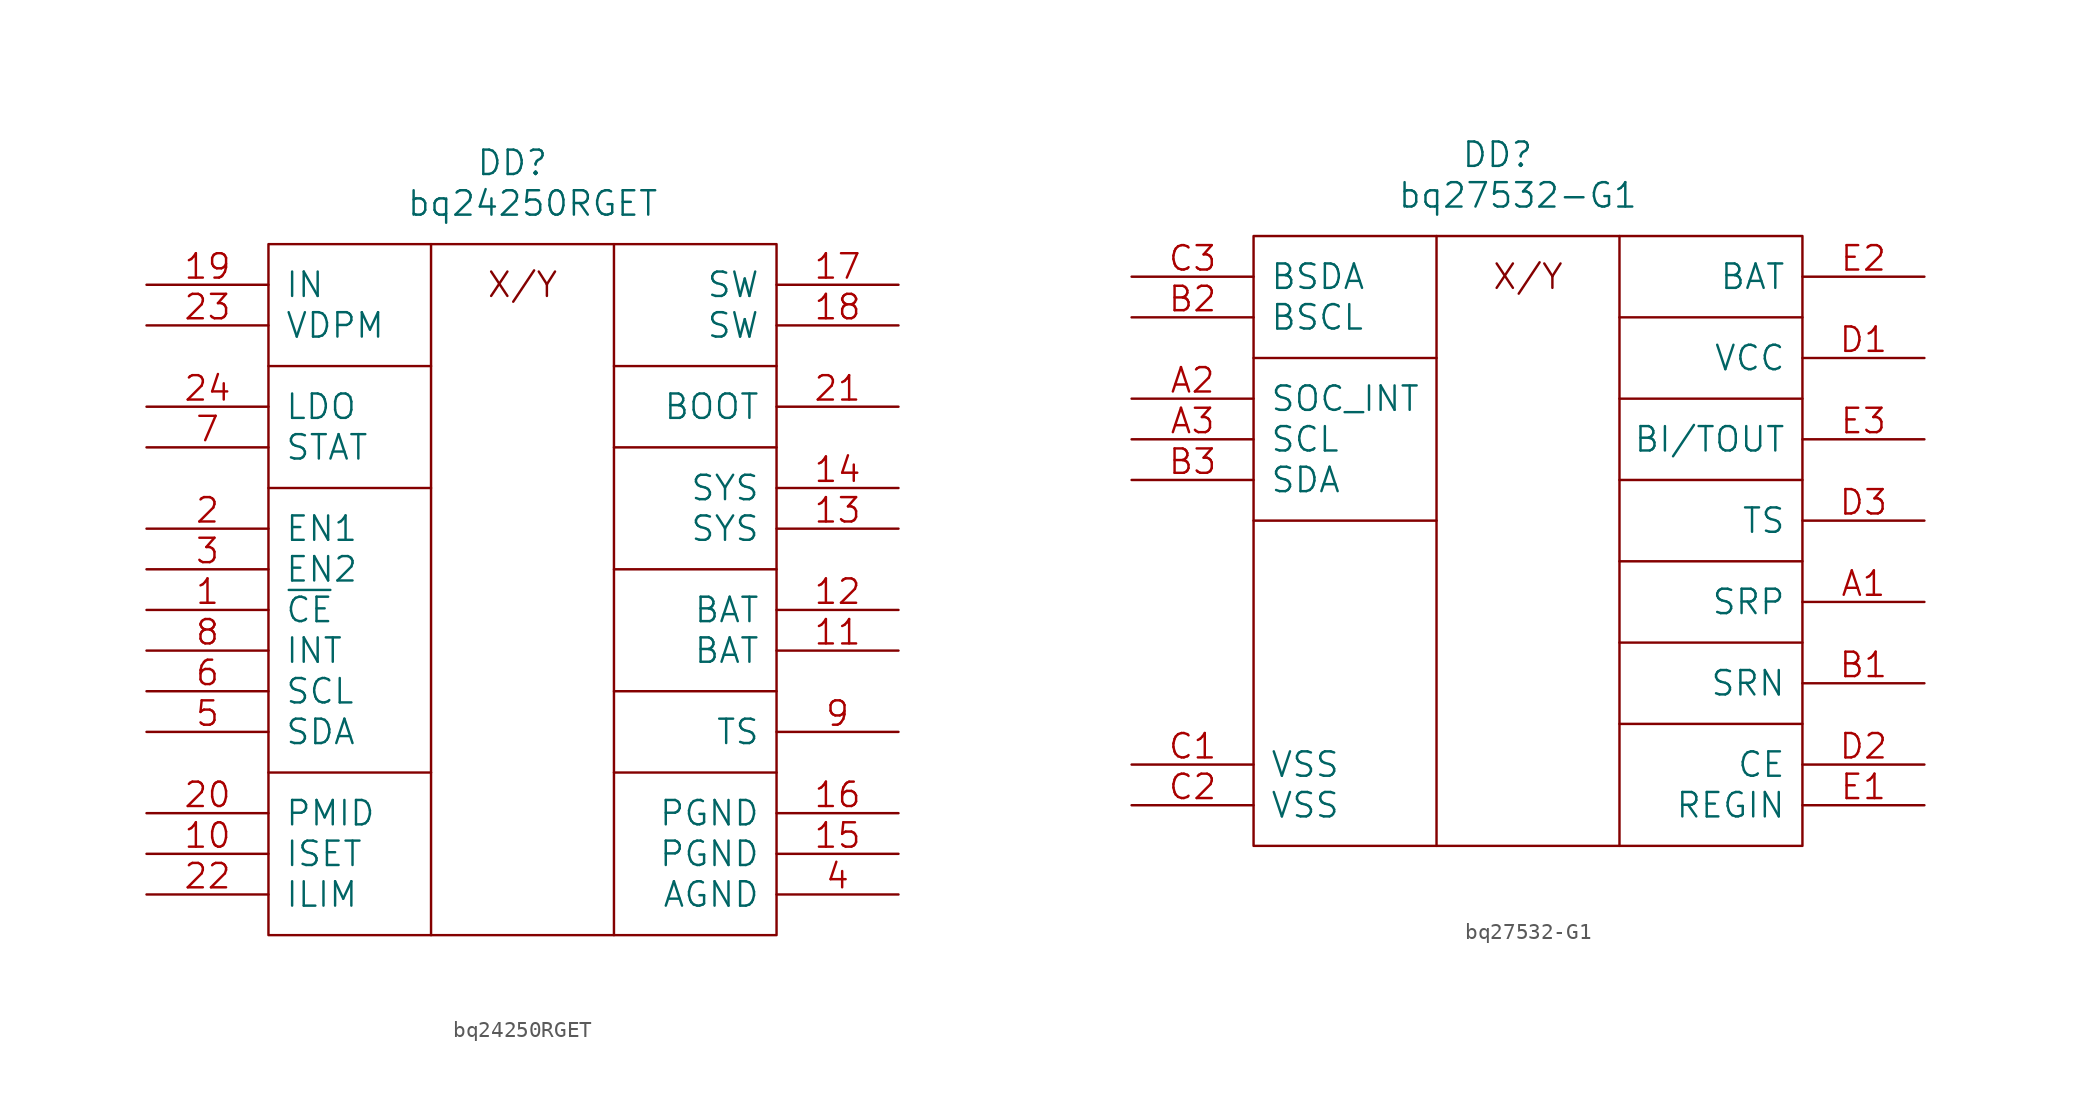
<source format=kicad_sym>
(kicad_symbol_lib
  (version 20211014)
  (generator kicad_symbol_editor)
  (symbol "bq24250RGET"
    (pin_names
      (offset 1.016))
    (property "Reference" "DD"
      (at 15.24 5.08 0)
      (effects (font (size 1.524 1.524))))
    (property "Value" "bq24250RGET"
      (at 16.51 2.54 0)
      (effects (font (size 1.524 1.524))))
    (property "Footprint" ""
      (at 0 0 0)
      (effects (font (size 1.524 1.524))))
    (property "Datasheet" ""
      (at 0 0 0)
      (effects (font (size 1.524 1.524))))
    (symbol "bq24250RGET_0_0"
      (polyline (pts (xy 10.16 0) (xy 10.16 -43.18)) (stroke (width 0) (type default) (color 0 0 0 0)) (fill (type none)))
      (polyline (pts (xy 21.59 0) (xy 21.59 -43.18)) (stroke (width 0) (type default) (color 0 0 0 0)) (fill (type none)))
      (rectangle (start 0 0) (end 31.75 -43.18) (stroke (width 0) (type default) (color 0 0 0 0)) (fill (type none)))
      (text "X/Y" (at 15.875 -2.54 0) (effects (font (size 1.524 1.524))))
      (pin input line (at -7.62 -22.86 0) (length 7.62) (name "~{CE}" (effects (font (size 1.524 1.524)))) (number "1" (effects (font (size 1.524 1.524)))))
      (pin input line (at -7.62 -38.1 0) (length 7.62) (name "ISET" (effects (font (size 1.524 1.524)))) (number "10" (effects (font (size 1.524 1.524)))))
      (pin bidirectional line (at 39.37 -25.4 180) (length 7.62) (name "BAT" (effects (font (size 1.524 1.524)))) (number "11" (effects (font (size 1.524 1.524)))))
      (pin bidirectional line (at 39.37 -22.86 180) (length 7.62) (name "BAT" (effects (font (size 1.524 1.524)))) (number "12" (effects (font (size 1.524 1.524)))))
      (pin input line (at 39.37 -17.78 180) (length 7.62) (name "SYS" (effects (font (size 1.524 1.524)))) (number "13" (effects (font (size 1.524 1.524)))))
      (pin input line (at 39.37 -15.24 180) (length 7.62) (name "SYS" (effects (font (size 1.524 1.524)))) (number "14" (effects (font (size 1.524 1.524)))))
      (pin passive line (at 39.37 -38.1 180) (length 7.62) (name "PGND" (effects (font (size 1.524 1.524)))) (number "15" (effects (font (size 1.524 1.524)))))
      (pin passive line (at 39.37 -35.56 180) (length 7.62) (name "PGND" (effects (font (size 1.524 1.524)))) (number "16" (effects (font (size 1.524 1.524)))))
      (pin output line (at 39.37 -2.54 180) (length 7.62) (name "SW" (effects (font (size 1.524 1.524)))) (number "17" (effects (font (size 1.524 1.524)))))
      (pin output line (at 39.37 -5.08 180) (length 7.62) (name "SW" (effects (font (size 1.524 1.524)))) (number "18" (effects (font (size 1.524 1.524)))))
      (pin input line (at -7.62 -2.54 0) (length 7.62) (name "IN" (effects (font (size 1.524 1.524)))) (number "19" (effects (font (size 1.524 1.524)))))
      (pin input line (at -7.62 -17.78 0) (length 7.62) (name "EN1" (effects (font (size 1.524 1.524)))) (number "2" (effects (font (size 1.524 1.524)))))
      (pin input line (at -7.62 -35.56 0) (length 7.62) (name "PMID" (effects (font (size 1.524 1.524)))) (number "20" (effects (font (size 1.524 1.524)))))
      (pin input line (at 39.37 -10.16 180) (length 7.62) (name "BOOT" (effects (font (size 1.524 1.524)))) (number "21" (effects (font (size 1.524 1.524)))))
      (pin input line (at -7.62 -40.64 0) (length 7.62) (name "ILIM" (effects (font (size 1.524 1.524)))) (number "22" (effects (font (size 1.524 1.524)))))
      (pin input line (at -7.62 -5.08 0) (length 7.62) (name "VDPM" (effects (font (size 1.524 1.524)))) (number "23" (effects (font (size 1.524 1.524)))))
      (pin output line (at -7.62 -10.16 0) (length 7.62) (name "LDO" (effects (font (size 1.524 1.524)))) (number "24" (effects (font (size 1.524 1.524)))))
      (pin input line (at -7.62 -20.32 0) (length 7.62) (name "EN2" (effects (font (size 1.524 1.524)))) (number "3" (effects (font (size 1.524 1.524)))))
      (pin passive line (at 39.37 -40.64 180) (length 7.62) (name "AGND" (effects (font (size 1.524 1.524)))) (number "4" (effects (font (size 1.524 1.524)))))
      (pin bidirectional line (at -7.62 -30.48 0) (length 7.62) (name "SDA" (effects (font (size 1.524 1.524)))) (number "5" (effects (font (size 1.524 1.524)))))
      (pin input line (at -7.62 -27.94 0) (length 7.62) (name "SCL" (effects (font (size 1.524 1.524)))) (number "6" (effects (font (size 1.524 1.524)))))
      (pin output line (at -7.62 -12.7 0) (length 7.62) (name "STAT" (effects (font (size 1.524 1.524)))) (number "7" (effects (font (size 1.524 1.524)))))
      (pin output line (at -7.62 -25.4 0) (length 7.62) (name "INT" (effects (font (size 1.524 1.524)))) (number "8" (effects (font (size 1.524 1.524)))))
      (pin input line (at 39.37 -30.48 180) (length 7.62) (name "TS" (effects (font (size 1.524 1.524)))) (number "9" (effects (font (size 1.524 1.524))))))
    (symbol "bq24250RGET_0_1"
      (polyline (pts (xy 0 -33.02) (xy 10.16 -33.02)) (stroke (width 0) (type default) (color 0 0 0 0)) (fill (type none)))
      (polyline (pts (xy 0 -15.24) (xy 10.16 -15.24)) (stroke (width 0) (type default) (color 0 0 0 0)) (fill (type none)))
      (polyline (pts (xy 0 -7.62) (xy 10.16 -7.62)) (stroke (width 0) (type default) (color 0 0 0 0)) (fill (type none)))
      (polyline (pts (xy 21.59 -33.02) (xy 31.75 -33.02)) (stroke (width 0) (type default) (color 0 0 0 0)) (fill (type none)))
      (polyline (pts (xy 21.59 -27.94) (xy 31.75 -27.94)) (stroke (width 0) (type default) (color 0 0 0 0)) (fill (type none)))
      (polyline (pts (xy 21.59 -20.32) (xy 31.75 -20.32)) (stroke (width 0) (type default) (color 0 0 0 0)) (fill (type none)))
      (polyline (pts (xy 21.59 -12.7) (xy 31.75 -12.7)) (stroke (width 0) (type default) (color 0 0 0 0)) (fill (type none)))
      (polyline (pts (xy 21.59 -7.62) (xy 31.75 -7.62)) (stroke (width 0) (type default) (color 0 0 0 0)) (fill (type none)))))
  (symbol "bq27532-G1"
    (pin_names
      (offset 1.016))
    (property "Reference" "DD"
      (at 15.24 5.08 0)
      (effects (font (size 1.524 1.524))))
    (property "Value" "bq27532-G1"
      (at 16.51 2.54 0)
      (effects (font (size 1.524 1.524))))
    (property "Footprint" ""
      (at 0 0 0)
      (effects (font (size 1.524 1.524))))
    (property "Datasheet" ""
      (at 0 0 0)
      (effects (font (size 1.524 1.524))))
    (symbol "bq27532-G1_0_0"
      (polyline (pts (xy 0 -17.78) (xy 11.43 -17.78)) (stroke (width 0) (type default) (color 0 0 0 0)) (fill (type none)))
      (polyline (pts (xy 0 -7.62) (xy 11.43 -7.62)) (stroke (width 0) (type default) (color 0 0 0 0)) (fill (type none)))
      (polyline (pts (xy 11.43 0) (xy 11.43 -38.1)) (stroke (width 0) (type default) (color 0 0 0 0)) (fill (type none)))
      (polyline (pts (xy 22.86 0) (xy 22.86 -38.1)) (stroke (width 0) (type default) (color 0 0 0 0)) (fill (type none)))
      (polyline (pts (xy 34.29 -30.48) (xy 22.86 -30.48)) (stroke (width 0) (type default) (color 0 0 0 0)) (fill (type none)))
      (polyline (pts (xy 34.29 -25.4) (xy 22.86 -25.4)) (stroke (width 0) (type default) (color 0 0 0 0)) (fill (type none)))
      (polyline (pts (xy 34.29 -20.32) (xy 22.86 -20.32)) (stroke (width 0) (type default) (color 0 0 0 0)) (fill (type none)))
      (polyline (pts (xy 34.29 -15.24) (xy 22.86 -15.24)) (stroke (width 0) (type default) (color 0 0 0 0)) (fill (type none)))
      (polyline (pts (xy 34.29 -10.16) (xy 22.86 -10.16)) (stroke (width 0) (type default) (color 0 0 0 0)) (fill (type none)))
      (polyline (pts (xy 34.29 -5.08) (xy 22.86 -5.08)) (stroke (width 0) (type default) (color 0 0 0 0)) (fill (type none)))
      (rectangle (start 0 0) (end 34.29 -38.1) (stroke (width 0) (type default) (color 0 0 0 0)) (fill (type none)))
      (text "X/Y" (at 17.145 -2.54 0) (effects (font (size 1.524 1.524))))
      (pin input line (at 41.91 -22.86 180) (length 7.62) (name "SRP" (effects (font (size 1.524 1.524)))) (number "A1" (effects (font (size 1.524 1.524)))))
      (pin bidirectional line (at -7.62 -10.16 0) (length 7.62) (name "SOC_INT" (effects (font (size 1.524 1.524)))) (number "A2" (effects (font (size 1.524 1.524)))))
      (pin input line (at -7.62 -12.7 0) (length 7.62) (name "SCL" (effects (font (size 1.524 1.524)))) (number "A3" (effects (font (size 1.524 1.524)))))
      (pin input line (at 41.91 -27.94 180) (length 7.62) (name "SRN" (effects (font (size 1.524 1.524)))) (number "B1" (effects (font (size 1.524 1.524)))))
      (pin output line (at -7.62 -5.08 0) (length 7.62) (name "BSCL" (effects (font (size 1.524 1.524)))) (number "B2" (effects (font (size 1.524 1.524)))))
      (pin bidirectional line (at -7.62 -15.24 0) (length 7.62) (name "SDA" (effects (font (size 1.524 1.524)))) (number "B3" (effects (font (size 1.524 1.524)))))
      (pin passive line (at -7.62 -33.02 0) (length 7.62) (name "VSS" (effects (font (size 1.524 1.524)))) (number "C1" (effects (font (size 1.524 1.524)))))
      (pin passive line (at -7.62 -35.56 0) (length 7.62) (name "VSS" (effects (font (size 1.524 1.524)))) (number "C2" (effects (font (size 1.524 1.524)))))
      (pin bidirectional line (at -7.62 -2.54 0) (length 7.62) (name "BSDA" (effects (font (size 1.524 1.524)))) (number "C3" (effects (font (size 1.524 1.524)))))
      (pin passive line (at 41.91 -7.62 180) (length 7.62) (name "VCC" (effects (font (size 1.524 1.524)))) (number "D1" (effects (font (size 1.524 1.524)))))
      (pin input line (at 41.91 -33.02 180) (length 7.62) (name "CE" (effects (font (size 1.524 1.524)))) (number "D2" (effects (font (size 1.524 1.524)))))
      (pin input line (at 41.91 -17.78 180) (length 7.62) (name "TS" (effects (font (size 1.524 1.524)))) (number "D3" (effects (font (size 1.524 1.524)))))
      (pin passive line (at 41.91 -35.56 180) (length 7.62) (name "REGIN" (effects (font (size 1.524 1.524)))) (number "E1" (effects (font (size 1.524 1.524)))))
      (pin input line (at 41.91 -2.54 180) (length 7.62) (name "BAT" (effects (font (size 1.524 1.524)))) (number "E2" (effects (font (size 1.524 1.524)))))
      (pin bidirectional line (at 41.91 -12.7 180) (length 7.62) (name "BI/TOUT" (effects (font (size 1.524 1.524)))) (number "E3" (effects (font (size 1.524 1.524))))))))
</source>
